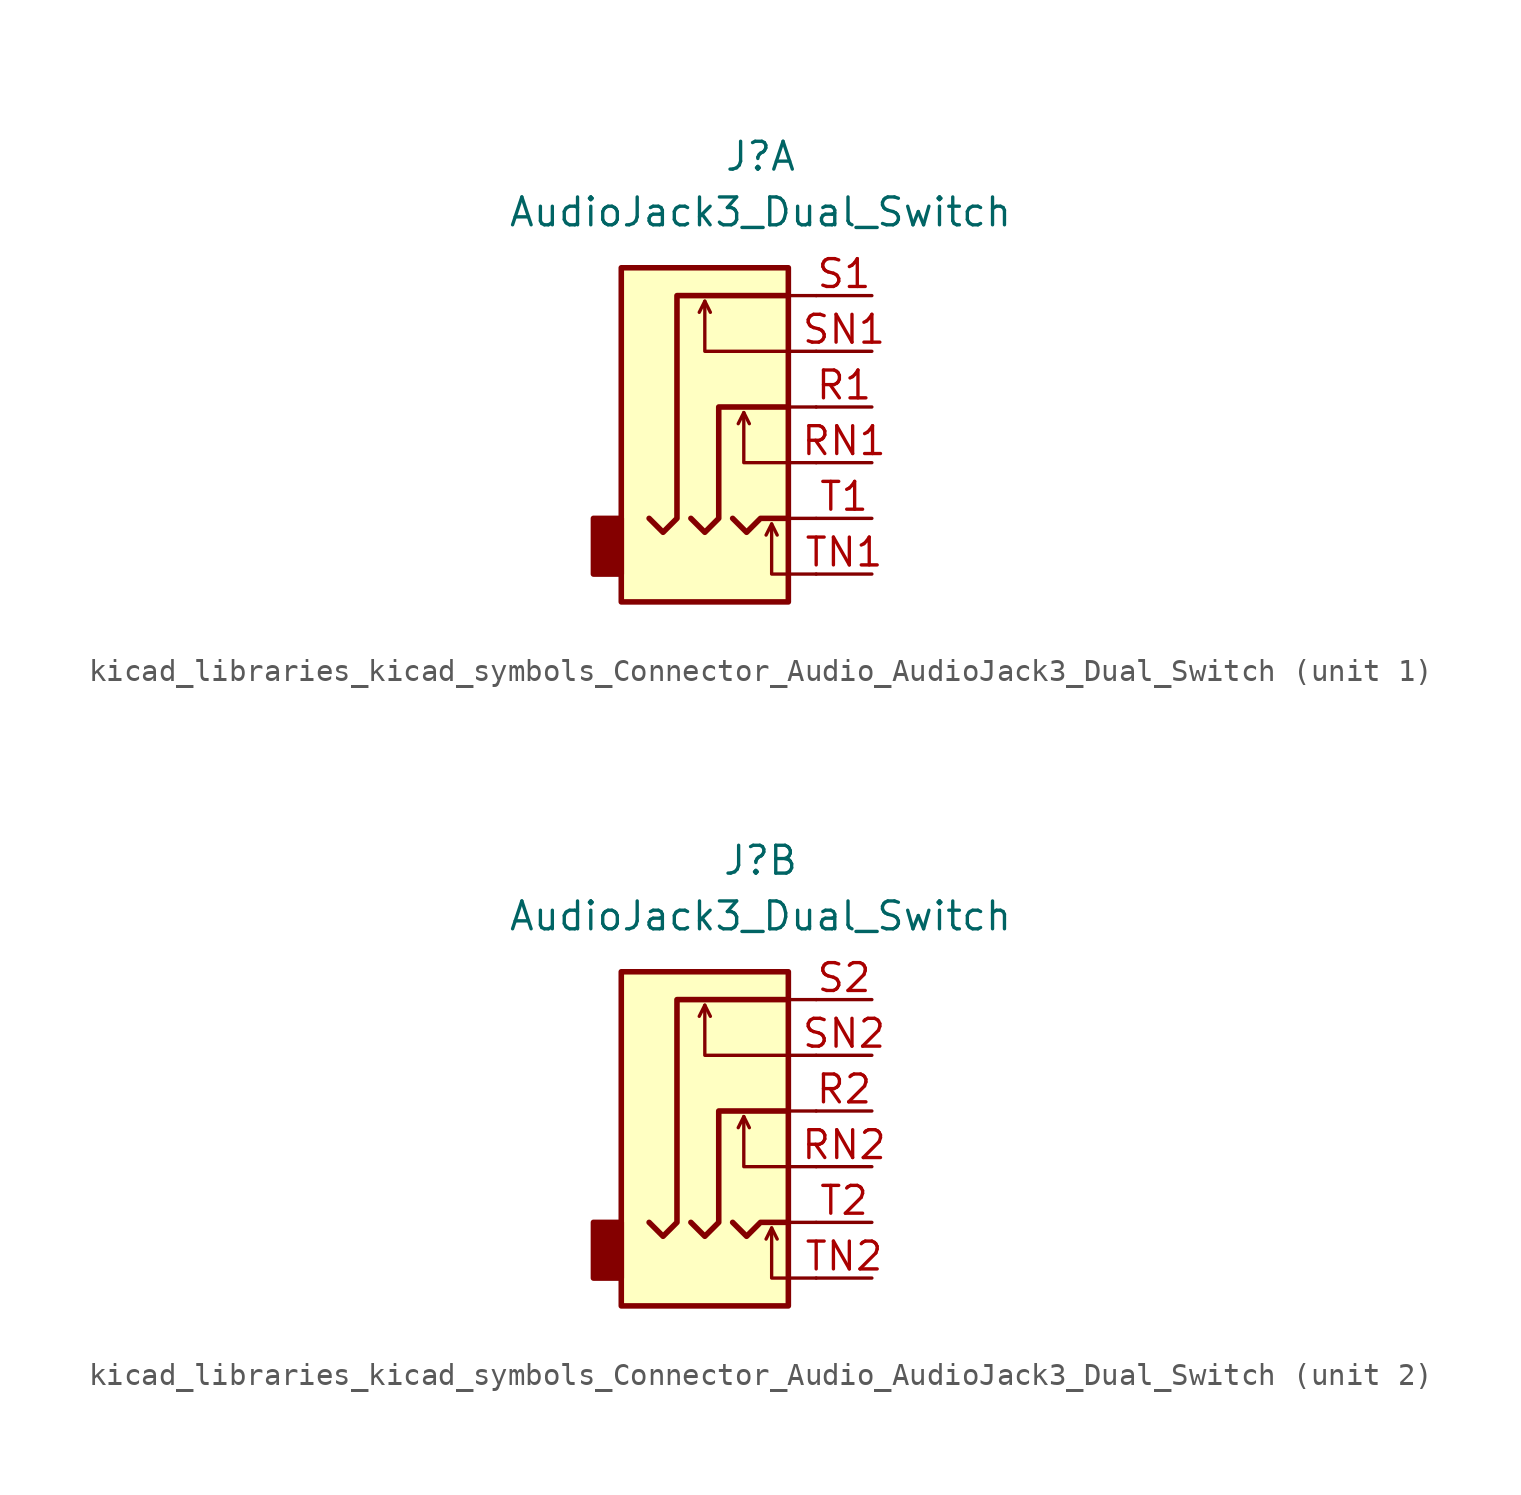
<source format=kicad_sym>
(kicad_symbol_lib
  (version 20220914)
  (generator kicad_symbol_editor)
  (symbol "kicad_libraries_kicad_symbols_Connector_Audio_AudioJack3_Dual_Switch"
    (property "Reference" "J"
      (at 0 11.43 0)
      (effects (font (size 1.27 1.27))))
    (property "Value" "AudioJack3_Dual_Switch"
      (at 0 8.89 0)
      (effects (font (size 1.27 1.27))))
    (symbol "kicad_libraries_kicad_symbols_Connector_Audio_AudioJack3_Dual_Switch_0_1"
      (rectangle (start -6.35 -5.08) (end -7.62 -7.62) (stroke (width 0.254) (type default)) (fill (type outline)))
      (polyline (pts (xy -2.54 4.826) (xy -2.286 4.318)) (stroke (width 0) (type default)) (fill (type none)))
      (polyline (pts (xy -0.762 -0.254) (xy -0.508 -0.762)) (stroke (width 0) (type default)) (fill (type none)))
      (polyline (pts (xy 0.508 -5.334) (xy 0.762 -5.842)) (stroke (width 0) (type default)) (fill (type none)))
      (polyline (pts (xy 1.27 0) (xy 2.54 0)) (stroke (width 0) (type default)) (fill (type none)))
      (polyline (pts (xy 2.54 -5.08) (xy 1.27 -5.08)) (stroke (width 0) (type default)) (fill (type none)))
      (polyline (pts (xy 2.54 5.08) (xy 1.27 5.08)) (stroke (width 0) (type default)) (fill (type none)))
      (polyline (pts (xy -1.27 -5.08) (xy -0.635 -5.715) (xy 0 -5.08) (xy 1.27 -5.08)) (stroke (width 0.254) (type default)) (fill (type none)))
      (polyline (pts (xy 2.54 -7.62) (xy 0.508 -7.62) (xy 0.508 -5.334) (xy 0.254 -5.842)) (stroke (width 0) (type default)) (fill (type none)))
      (polyline (pts (xy 2.54 -2.54) (xy -0.762 -2.54) (xy -0.762 -0.254) (xy -1.016 -0.762)) (stroke (width 0) (type default)) (fill (type none)))
      (polyline (pts (xy 2.54 2.54) (xy -2.54 2.54) (xy -2.54 4.826) (xy -2.794 4.318)) (stroke (width 0) (type default)) (fill (type none)))
      (polyline (pts (xy -3.175 -5.08) (xy -2.54 -5.715) (xy -1.905 -5.08) (xy -1.905 0) (xy 1.27 0)) (stroke (width 0.254) (type default)) (fill (type none)))
      (polyline (pts (xy 1.27 5.08) (xy -3.81 5.08) (xy -3.81 -5.08) (xy -4.445 -5.715) (xy -5.08 -5.08)) (stroke (width 0.254) (type default)) (fill (type none)))
      (rectangle (start 1.27 6.35) (end -6.35 -8.89) (stroke (width 0.254) (type default)) (fill (type background))))
    (symbol "kicad_libraries_kicad_symbols_Connector_Audio_AudioJack3_Dual_Switch_1_1"
      (pin passive line (at 5.08 0 180) (length 2.54) (name "~" (effects (font (size 1.27 1.27)))) (number "R1" (effects (font (size 1.27 1.27)))))
      (pin passive line (at 5.08 -2.54 180) (length 2.54) (name "~" (effects (font (size 1.27 1.27)))) (number "RN1" (effects (font (size 1.27 1.27)))))
      (pin passive line (at 5.08 5.08 180) (length 2.54) (name "~" (effects (font (size 1.27 1.27)))) (number "S1" (effects (font (size 1.27 1.27)))))
      (pin passive line (at 5.08 2.54 180) (length 2.54) (name "~" (effects (font (size 1.27 1.27)))) (number "SN1" (effects (font (size 1.27 1.27)))))
      (pin passive line (at 5.08 -5.08 180) (length 2.54) (name "~" (effects (font (size 1.27 1.27)))) (number "T1" (effects (font (size 1.27 1.27)))))
      (pin passive line (at 5.08 -7.62 180) (length 2.54) (name "~" (effects (font (size 1.27 1.27)))) (number "TN1" (effects (font (size 1.27 1.27))))))
    (symbol "kicad_libraries_kicad_symbols_Connector_Audio_AudioJack3_Dual_Switch_2_1"
      (pin passive line (at 5.08 0 180) (length 2.54) (name "~" (effects (font (size 1.27 1.27)))) (number "R2" (effects (font (size 1.27 1.27)))))
      (pin passive line (at 5.08 -2.54 180) (length 2.54) (name "~" (effects (font (size 1.27 1.27)))) (number "RN2" (effects (font (size 1.27 1.27)))))
      (pin passive line (at 5.08 5.08 180) (length 2.54) (name "~" (effects (font (size 1.27 1.27)))) (number "S2" (effects (font (size 1.27 1.27)))))
      (pin passive line (at 5.08 2.54 180) (length 2.54) (name "~" (effects (font (size 1.27 1.27)))) (number "SN2" (effects (font (size 1.27 1.27)))))
      (pin passive line (at 5.08 -5.08 180) (length 2.54) (name "~" (effects (font (size 1.27 1.27)))) (number "T2" (effects (font (size 1.27 1.27)))))
      (pin passive line (at 5.08 -7.62 180) (length 2.54) (name "~" (effects (font (size 1.27 1.27)))) (number "TN2" (effects (font (size 1.27 1.27))))))))
</source>
